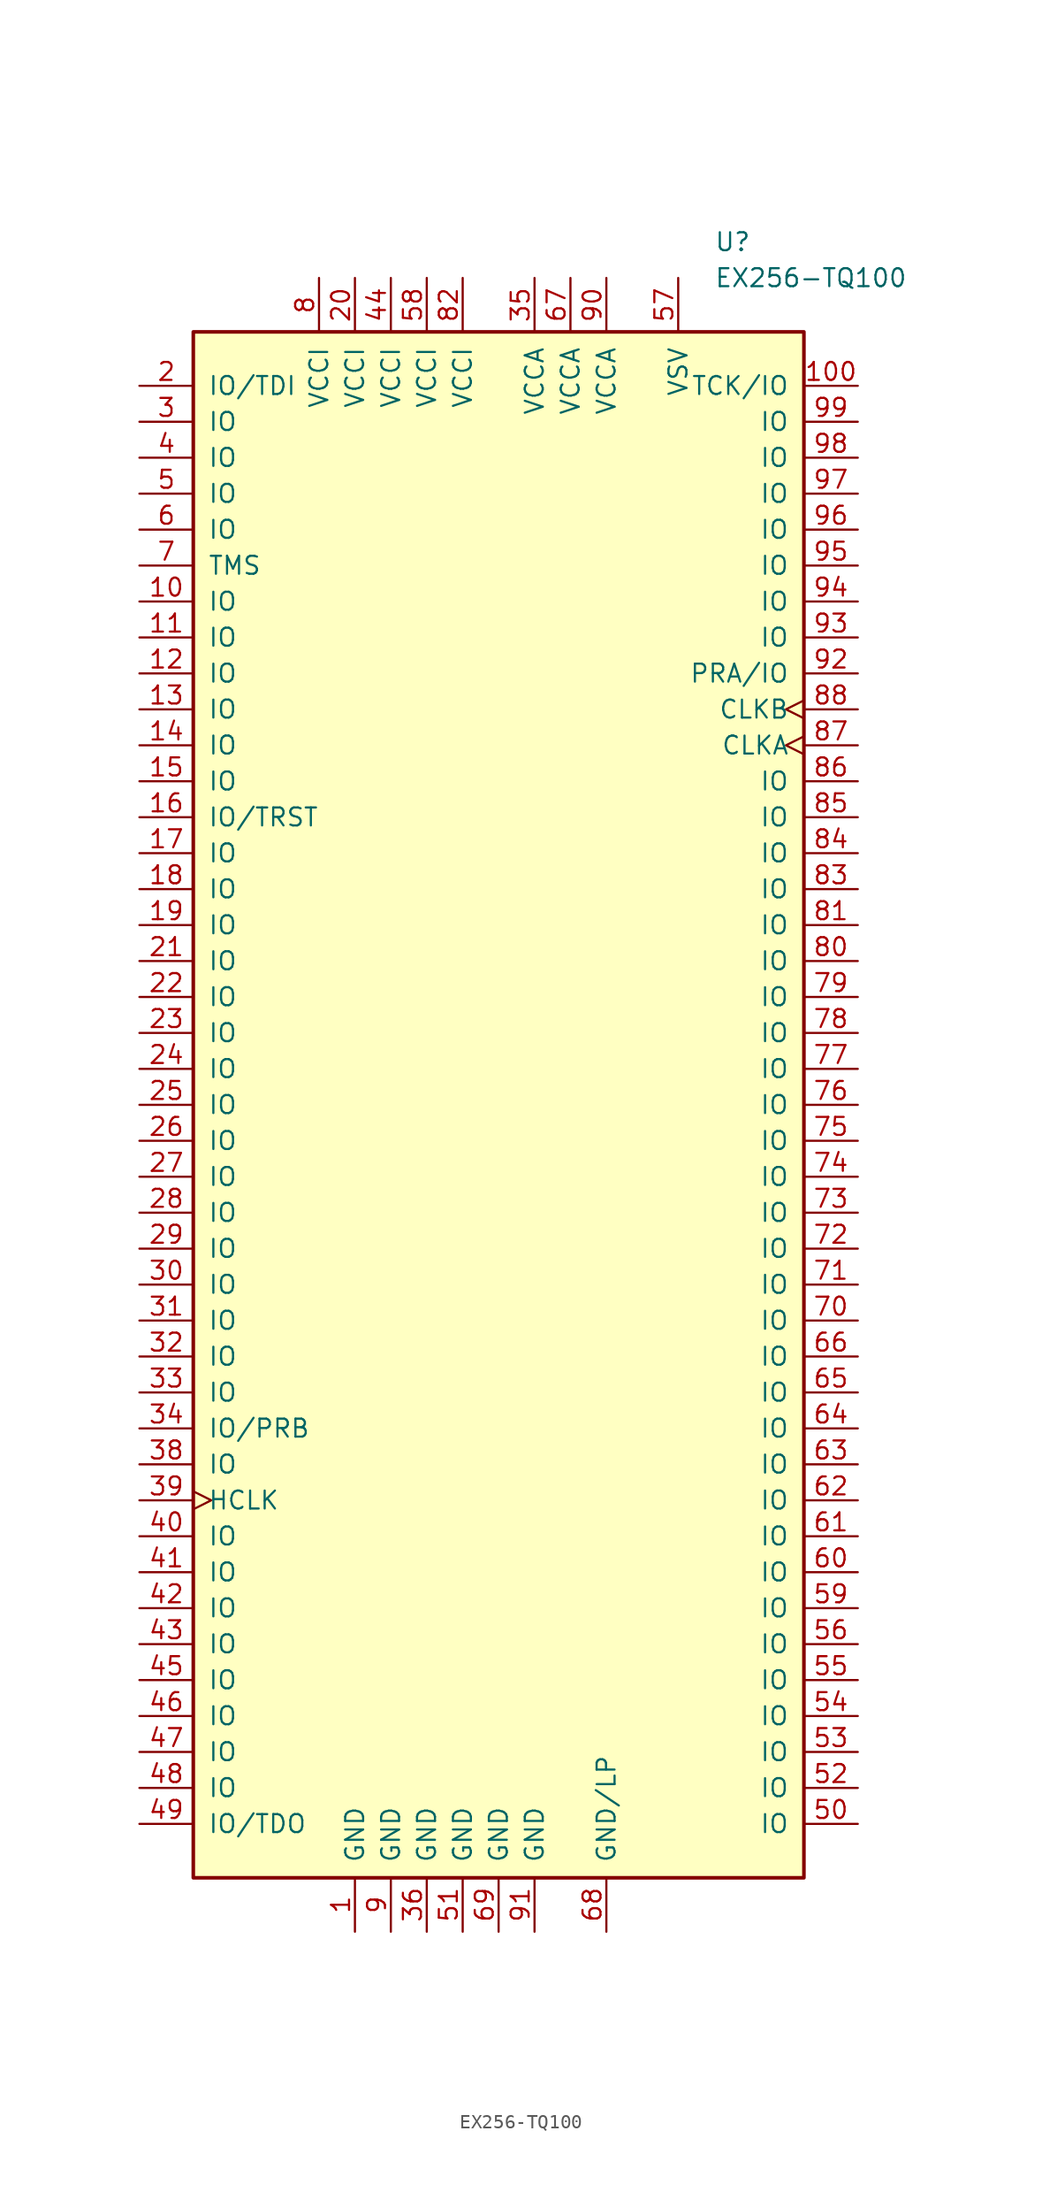
<source format=kicad_sym>
(kicad_symbol_lib
  (version 20211014)
  (generator kicad_symbol_editor)
  (symbol "EX256-TQ100"
    (pin_names
      (offset 1.016))
    (property "Reference" "U"
      (at 15.24 60.96 0)
      (effects (font (size 1.27 1.27)) (justify left)))
    (property "Value" "EX256-TQ100"
      (at 15.24 58.42 0)
      (effects (font (size 1.27 1.27)) (justify left)))
    (symbol "EX256-TQ100_0_1"
      (rectangle (start -21.59 54.61) (end 21.59 -54.61) (stroke (width 0.254) (type default) (color 0 0 0 0)) (fill (type background))))
    (symbol "EX256-TQ100_1_1"
      (pin power_in line (at -10.16 -58.42 90) (length 3.81) (name "GND" (effects (font (size 1.27 1.27)))) (number "1" (effects (font (size 1.27 1.27)))))
      (pin bidirectional line (at -25.4 35.56 0) (length 3.81) (name "IO" (effects (font (size 1.27 1.27)))) (number "10" (effects (font (size 1.27 1.27)))))
      (pin bidirectional line (at 25.4 50.8 180) (length 3.81) (name "TCK/IO" (effects (font (size 1.27 1.27)))) (number "100" (effects (font (size 1.27 1.27)))))
      (pin bidirectional line (at -25.4 33.02 0) (length 3.81) (name "IO" (effects (font (size 1.27 1.27)))) (number "11" (effects (font (size 1.27 1.27)))))
      (pin bidirectional line (at -25.4 30.48 0) (length 3.81) (name "IO" (effects (font (size 1.27 1.27)))) (number "12" (effects (font (size 1.27 1.27)))))
      (pin bidirectional line (at -25.4 27.94 0) (length 3.81) (name "IO" (effects (font (size 1.27 1.27)))) (number "13" (effects (font (size 1.27 1.27)))))
      (pin bidirectional line (at -25.4 25.4 0) (length 3.81) (name "IO" (effects (font (size 1.27 1.27)))) (number "14" (effects (font (size 1.27 1.27)))))
      (pin bidirectional line (at -25.4 22.86 0) (length 3.81) (name "IO" (effects (font (size 1.27 1.27)))) (number "15" (effects (font (size 1.27 1.27)))))
      (pin bidirectional line (at -25.4 20.32 0) (length 3.81) (name "IO/TRST" (effects (font (size 1.27 1.27)))) (number "16" (effects (font (size 1.27 1.27)))))
      (pin bidirectional line (at -25.4 17.78 0) (length 3.81) (name "IO" (effects (font (size 1.27 1.27)))) (number "17" (effects (font (size 1.27 1.27)))))
      (pin bidirectional line (at -25.4 15.24 0) (length 3.81) (name "IO" (effects (font (size 1.27 1.27)))) (number "18" (effects (font (size 1.27 1.27)))))
      (pin bidirectional line (at -25.4 12.7 0) (length 3.81) (name "IO" (effects (font (size 1.27 1.27)))) (number "19" (effects (font (size 1.27 1.27)))))
      (pin bidirectional line (at -25.4 50.8 0) (length 3.81) (name "IO/TDI" (effects (font (size 1.27 1.27)))) (number "2" (effects (font (size 1.27 1.27)))))
      (pin power_in line (at -10.16 58.42 270) (length 3.81) (name "VCCI" (effects (font (size 1.27 1.27)))) (number "20" (effects (font (size 1.27 1.27)))))
      (pin bidirectional line (at -25.4 10.16 0) (length 3.81) (name "IO" (effects (font (size 1.27 1.27)))) (number "21" (effects (font (size 1.27 1.27)))))
      (pin bidirectional line (at -25.4 7.62 0) (length 3.81) (name "IO" (effects (font (size 1.27 1.27)))) (number "22" (effects (font (size 1.27 1.27)))))
      (pin bidirectional line (at -25.4 5.08 0) (length 3.81) (name "IO" (effects (font (size 1.27 1.27)))) (number "23" (effects (font (size 1.27 1.27)))))
      (pin bidirectional line (at -25.4 2.54 0) (length 3.81) (name "IO" (effects (font (size 1.27 1.27)))) (number "24" (effects (font (size 1.27 1.27)))))
      (pin bidirectional line (at -25.4 0 0) (length 3.81) (name "IO" (effects (font (size 1.27 1.27)))) (number "25" (effects (font (size 1.27 1.27)))))
      (pin bidirectional line (at -25.4 -2.54 0) (length 3.81) (name "IO" (effects (font (size 1.27 1.27)))) (number "26" (effects (font (size 1.27 1.27)))))
      (pin bidirectional line (at -25.4 -5.08 0) (length 3.81) (name "IO" (effects (font (size 1.27 1.27)))) (number "27" (effects (font (size 1.27 1.27)))))
      (pin bidirectional line (at -25.4 -7.62 0) (length 3.81) (name "IO" (effects (font (size 1.27 1.27)))) (number "28" (effects (font (size 1.27 1.27)))))
      (pin bidirectional line (at -25.4 -10.16 0) (length 3.81) (name "IO" (effects (font (size 1.27 1.27)))) (number "29" (effects (font (size 1.27 1.27)))))
      (pin bidirectional line (at -25.4 48.26 0) (length 3.81) (name "IO" (effects (font (size 1.27 1.27)))) (number "3" (effects (font (size 1.27 1.27)))))
      (pin bidirectional line (at -25.4 -12.7 0) (length 3.81) (name "IO" (effects (font (size 1.27 1.27)))) (number "30" (effects (font (size 1.27 1.27)))))
      (pin bidirectional line (at -25.4 -15.24 0) (length 3.81) (name "IO" (effects (font (size 1.27 1.27)))) (number "31" (effects (font (size 1.27 1.27)))))
      (pin bidirectional line (at -25.4 -17.78 0) (length 3.81) (name "IO" (effects (font (size 1.27 1.27)))) (number "32" (effects (font (size 1.27 1.27)))))
      (pin bidirectional line (at -25.4 -20.32 0) (length 3.81) (name "IO" (effects (font (size 1.27 1.27)))) (number "33" (effects (font (size 1.27 1.27)))))
      (pin bidirectional line (at -25.4 -22.86 0) (length 3.81) (name "IO/PRB" (effects (font (size 1.27 1.27)))) (number "34" (effects (font (size 1.27 1.27)))))
      (pin power_in line (at 2.54 58.42 270) (length 3.81) (name "VCCA" (effects (font (size 1.27 1.27)))) (number "35" (effects (font (size 1.27 1.27)))))
      (pin power_in line (at -5.08 -58.42 90) (length 3.81) (name "GND" (effects (font (size 1.27 1.27)))) (number "36" (effects (font (size 1.27 1.27)))))
      (pin bidirectional line (at -25.4 -25.4 0) (length 3.81) (name "IO" (effects (font (size 1.27 1.27)))) (number "38" (effects (font (size 1.27 1.27)))))
      (pin input clock (at -25.4 -27.94 0) (length 3.81) (name "HCLK" (effects (font (size 1.27 1.27)))) (number "39" (effects (font (size 1.27 1.27)))))
      (pin bidirectional line (at -25.4 45.72 0) (length 3.81) (name "IO" (effects (font (size 1.27 1.27)))) (number "4" (effects (font (size 1.27 1.27)))))
      (pin bidirectional line (at -25.4 -30.48 0) (length 3.81) (name "IO" (effects (font (size 1.27 1.27)))) (number "40" (effects (font (size 1.27 1.27)))))
      (pin bidirectional line (at -25.4 -33.02 0) (length 3.81) (name "IO" (effects (font (size 1.27 1.27)))) (number "41" (effects (font (size 1.27 1.27)))))
      (pin bidirectional line (at -25.4 -35.56 0) (length 3.81) (name "IO" (effects (font (size 1.27 1.27)))) (number "42" (effects (font (size 1.27 1.27)))))
      (pin bidirectional line (at -25.4 -38.1 0) (length 3.81) (name "IO" (effects (font (size 1.27 1.27)))) (number "43" (effects (font (size 1.27 1.27)))))
      (pin power_in line (at -7.62 58.42 270) (length 3.81) (name "VCCI" (effects (font (size 1.27 1.27)))) (number "44" (effects (font (size 1.27 1.27)))))
      (pin bidirectional line (at -25.4 -40.64 0) (length 3.81) (name "IO" (effects (font (size 1.27 1.27)))) (number "45" (effects (font (size 1.27 1.27)))))
      (pin bidirectional line (at -25.4 -43.18 0) (length 3.81) (name "IO" (effects (font (size 1.27 1.27)))) (number "46" (effects (font (size 1.27 1.27)))))
      (pin bidirectional line (at -25.4 -45.72 0) (length 3.81) (name "IO" (effects (font (size 1.27 1.27)))) (number "47" (effects (font (size 1.27 1.27)))))
      (pin bidirectional line (at -25.4 -48.26 0) (length 3.81) (name "IO" (effects (font (size 1.27 1.27)))) (number "48" (effects (font (size 1.27 1.27)))))
      (pin bidirectional line (at -25.4 -50.8 0) (length 3.81) (name "IO/TDO" (effects (font (size 1.27 1.27)))) (number "49" (effects (font (size 1.27 1.27)))))
      (pin bidirectional line (at -25.4 43.18 0) (length 3.81) (name "IO" (effects (font (size 1.27 1.27)))) (number "5" (effects (font (size 1.27 1.27)))))
      (pin bidirectional line (at 25.4 -50.8 180) (length 3.81) (name "IO" (effects (font (size 1.27 1.27)))) (number "50" (effects (font (size 1.27 1.27)))))
      (pin power_in line (at -2.54 -58.42 90) (length 3.81) (name "GND" (effects (font (size 1.27 1.27)))) (number "51" (effects (font (size 1.27 1.27)))))
      (pin bidirectional line (at 25.4 -48.26 180) (length 3.81) (name "IO" (effects (font (size 1.27 1.27)))) (number "52" (effects (font (size 1.27 1.27)))))
      (pin bidirectional line (at 25.4 -45.72 180) (length 3.81) (name "IO" (effects (font (size 1.27 1.27)))) (number "53" (effects (font (size 1.27 1.27)))))
      (pin bidirectional line (at 25.4 -43.18 180) (length 3.81) (name "IO" (effects (font (size 1.27 1.27)))) (number "54" (effects (font (size 1.27 1.27)))))
      (pin bidirectional line (at 25.4 -40.64 180) (length 3.81) (name "IO" (effects (font (size 1.27 1.27)))) (number "55" (effects (font (size 1.27 1.27)))))
      (pin bidirectional line (at 25.4 -38.1 180) (length 3.81) (name "IO" (effects (font (size 1.27 1.27)))) (number "56" (effects (font (size 1.27 1.27)))))
      (pin power_in line (at 12.7 58.42 270) (length 3.81) (name "VSV" (effects (font (size 1.27 1.27)))) (number "57" (effects (font (size 1.27 1.27)))))
      (pin power_in line (at -5.08 58.42 270) (length 3.81) (name "VCCI" (effects (font (size 1.27 1.27)))) (number "58" (effects (font (size 1.27 1.27)))))
      (pin bidirectional line (at 25.4 -35.56 180) (length 3.81) (name "IO" (effects (font (size 1.27 1.27)))) (number "59" (effects (font (size 1.27 1.27)))))
      (pin bidirectional line (at -25.4 40.64 0) (length 3.81) (name "IO" (effects (font (size 1.27 1.27)))) (number "6" (effects (font (size 1.27 1.27)))))
      (pin bidirectional line (at 25.4 -33.02 180) (length 3.81) (name "IO" (effects (font (size 1.27 1.27)))) (number "60" (effects (font (size 1.27 1.27)))))
      (pin bidirectional line (at 25.4 -30.48 180) (length 3.81) (name "IO" (effects (font (size 1.27 1.27)))) (number "61" (effects (font (size 1.27 1.27)))))
      (pin bidirectional line (at 25.4 -27.94 180) (length 3.81) (name "IO" (effects (font (size 1.27 1.27)))) (number "62" (effects (font (size 1.27 1.27)))))
      (pin bidirectional line (at 25.4 -25.4 180) (length 3.81) (name "IO" (effects (font (size 1.27 1.27)))) (number "63" (effects (font (size 1.27 1.27)))))
      (pin bidirectional line (at 25.4 -22.86 180) (length 3.81) (name "IO" (effects (font (size 1.27 1.27)))) (number "64" (effects (font (size 1.27 1.27)))))
      (pin bidirectional line (at 25.4 -20.32 180) (length 3.81) (name "IO" (effects (font (size 1.27 1.27)))) (number "65" (effects (font (size 1.27 1.27)))))
      (pin bidirectional line (at 25.4 -17.78 180) (length 3.81) (name "IO" (effects (font (size 1.27 1.27)))) (number "66" (effects (font (size 1.27 1.27)))))
      (pin power_in line (at 5.08 58.42 270) (length 3.81) (name "VCCA" (effects (font (size 1.27 1.27)))) (number "67" (effects (font (size 1.27 1.27)))))
      (pin power_in line (at 7.62 -58.42 90) (length 3.81) (name "GND/LP" (effects (font (size 1.27 1.27)))) (number "68" (effects (font (size 1.27 1.27)))))
      (pin power_in line (at 0 -58.42 90) (length 3.81) (name "GND" (effects (font (size 1.27 1.27)))) (number "69" (effects (font (size 1.27 1.27)))))
      (pin input line (at -25.4 38.1 0) (length 3.81) (name "TMS" (effects (font (size 1.27 1.27)))) (number "7" (effects (font (size 1.27 1.27)))))
      (pin bidirectional line (at 25.4 -15.24 180) (length 3.81) (name "IO" (effects (font (size 1.27 1.27)))) (number "70" (effects (font (size 1.27 1.27)))))
      (pin bidirectional line (at 25.4 -12.7 180) (length 3.81) (name "IO" (effects (font (size 1.27 1.27)))) (number "71" (effects (font (size 1.27 1.27)))))
      (pin bidirectional line (at 25.4 -10.16 180) (length 3.81) (name "IO" (effects (font (size 1.27 1.27)))) (number "72" (effects (font (size 1.27 1.27)))))
      (pin bidirectional line (at 25.4 -7.62 180) (length 3.81) (name "IO" (effects (font (size 1.27 1.27)))) (number "73" (effects (font (size 1.27 1.27)))))
      (pin bidirectional line (at 25.4 -5.08 180) (length 3.81) (name "IO" (effects (font (size 1.27 1.27)))) (number "74" (effects (font (size 1.27 1.27)))))
      (pin bidirectional line (at 25.4 -2.54 180) (length 3.81) (name "IO" (effects (font (size 1.27 1.27)))) (number "75" (effects (font (size 1.27 1.27)))))
      (pin bidirectional line (at 25.4 0 180) (length 3.81) (name "IO" (effects (font (size 1.27 1.27)))) (number "76" (effects (font (size 1.27 1.27)))))
      (pin bidirectional line (at 25.4 2.54 180) (length 3.81) (name "IO" (effects (font (size 1.27 1.27)))) (number "77" (effects (font (size 1.27 1.27)))))
      (pin bidirectional line (at 25.4 5.08 180) (length 3.81) (name "IO" (effects (font (size 1.27 1.27)))) (number "78" (effects (font (size 1.27 1.27)))))
      (pin bidirectional line (at 25.4 7.62 180) (length 3.81) (name "IO" (effects (font (size 1.27 1.27)))) (number "79" (effects (font (size 1.27 1.27)))))
      (pin power_in line (at -12.7 58.42 270) (length 3.81) (name "VCCI" (effects (font (size 1.27 1.27)))) (number "8" (effects (font (size 1.27 1.27)))))
      (pin bidirectional line (at 25.4 10.16 180) (length 3.81) (name "IO" (effects (font (size 1.27 1.27)))) (number "80" (effects (font (size 1.27 1.27)))))
      (pin bidirectional line (at 25.4 12.7 180) (length 3.81) (name "IO" (effects (font (size 1.27 1.27)))) (number "81" (effects (font (size 1.27 1.27)))))
      (pin power_in line (at -2.54 58.42 270) (length 3.81) (name "VCCI" (effects (font (size 1.27 1.27)))) (number "82" (effects (font (size 1.27 1.27)))))
      (pin bidirectional line (at 25.4 15.24 180) (length 3.81) (name "IO" (effects (font (size 1.27 1.27)))) (number "83" (effects (font (size 1.27 1.27)))))
      (pin bidirectional line (at 25.4 17.78 180) (length 3.81) (name "IO" (effects (font (size 1.27 1.27)))) (number "84" (effects (font (size 1.27 1.27)))))
      (pin bidirectional line (at 25.4 20.32 180) (length 3.81) (name "IO" (effects (font (size 1.27 1.27)))) (number "85" (effects (font (size 1.27 1.27)))))
      (pin bidirectional line (at 25.4 22.86 180) (length 3.81) (name "IO" (effects (font (size 1.27 1.27)))) (number "86" (effects (font (size 1.27 1.27)))))
      (pin input clock (at 25.4 25.4 180) (length 3.81) (name "CLKA" (effects (font (size 1.27 1.27)))) (number "87" (effects (font (size 1.27 1.27)))))
      (pin input clock (at 25.4 27.94 180) (length 3.81) (name "CLKB" (effects (font (size 1.27 1.27)))) (number "88" (effects (font (size 1.27 1.27)))))
      (pin power_in line (at -7.62 -58.42 90) (length 3.81) (name "GND" (effects (font (size 1.27 1.27)))) (number "9" (effects (font (size 1.27 1.27)))))
      (pin power_in line (at 7.62 58.42 270) (length 3.81) (name "VCCA" (effects (font (size 1.27 1.27)))) (number "90" (effects (font (size 1.27 1.27)))))
      (pin power_in line (at 2.54 -58.42 90) (length 3.81) (name "GND" (effects (font (size 1.27 1.27)))) (number "91" (effects (font (size 1.27 1.27)))))
      (pin bidirectional line (at 25.4 30.48 180) (length 3.81) (name "PRA/IO" (effects (font (size 1.27 1.27)))) (number "92" (effects (font (size 1.27 1.27)))))
      (pin bidirectional line (at 25.4 33.02 180) (length 3.81) (name "IO" (effects (font (size 1.27 1.27)))) (number "93" (effects (font (size 1.27 1.27)))))
      (pin bidirectional line (at 25.4 35.56 180) (length 3.81) (name "IO" (effects (font (size 1.27 1.27)))) (number "94" (effects (font (size 1.27 1.27)))))
      (pin bidirectional line (at 25.4 38.1 180) (length 3.81) (name "IO" (effects (font (size 1.27 1.27)))) (number "95" (effects (font (size 1.27 1.27)))))
      (pin bidirectional line (at 25.4 40.64 180) (length 3.81) (name "IO" (effects (font (size 1.27 1.27)))) (number "96" (effects (font (size 1.27 1.27)))))
      (pin bidirectional line (at 25.4 43.18 180) (length 3.81) (name "IO" (effects (font (size 1.27 1.27)))) (number "97" (effects (font (size 1.27 1.27)))))
      (pin bidirectional line (at 25.4 45.72 180) (length 3.81) (name "IO" (effects (font (size 1.27 1.27)))) (number "98" (effects (font (size 1.27 1.27)))))
      (pin bidirectional line (at 25.4 48.26 180) (length 3.81) (name "IO" (effects (font (size 1.27 1.27)))) (number "99" (effects (font (size 1.27 1.27))))))))
</source>
